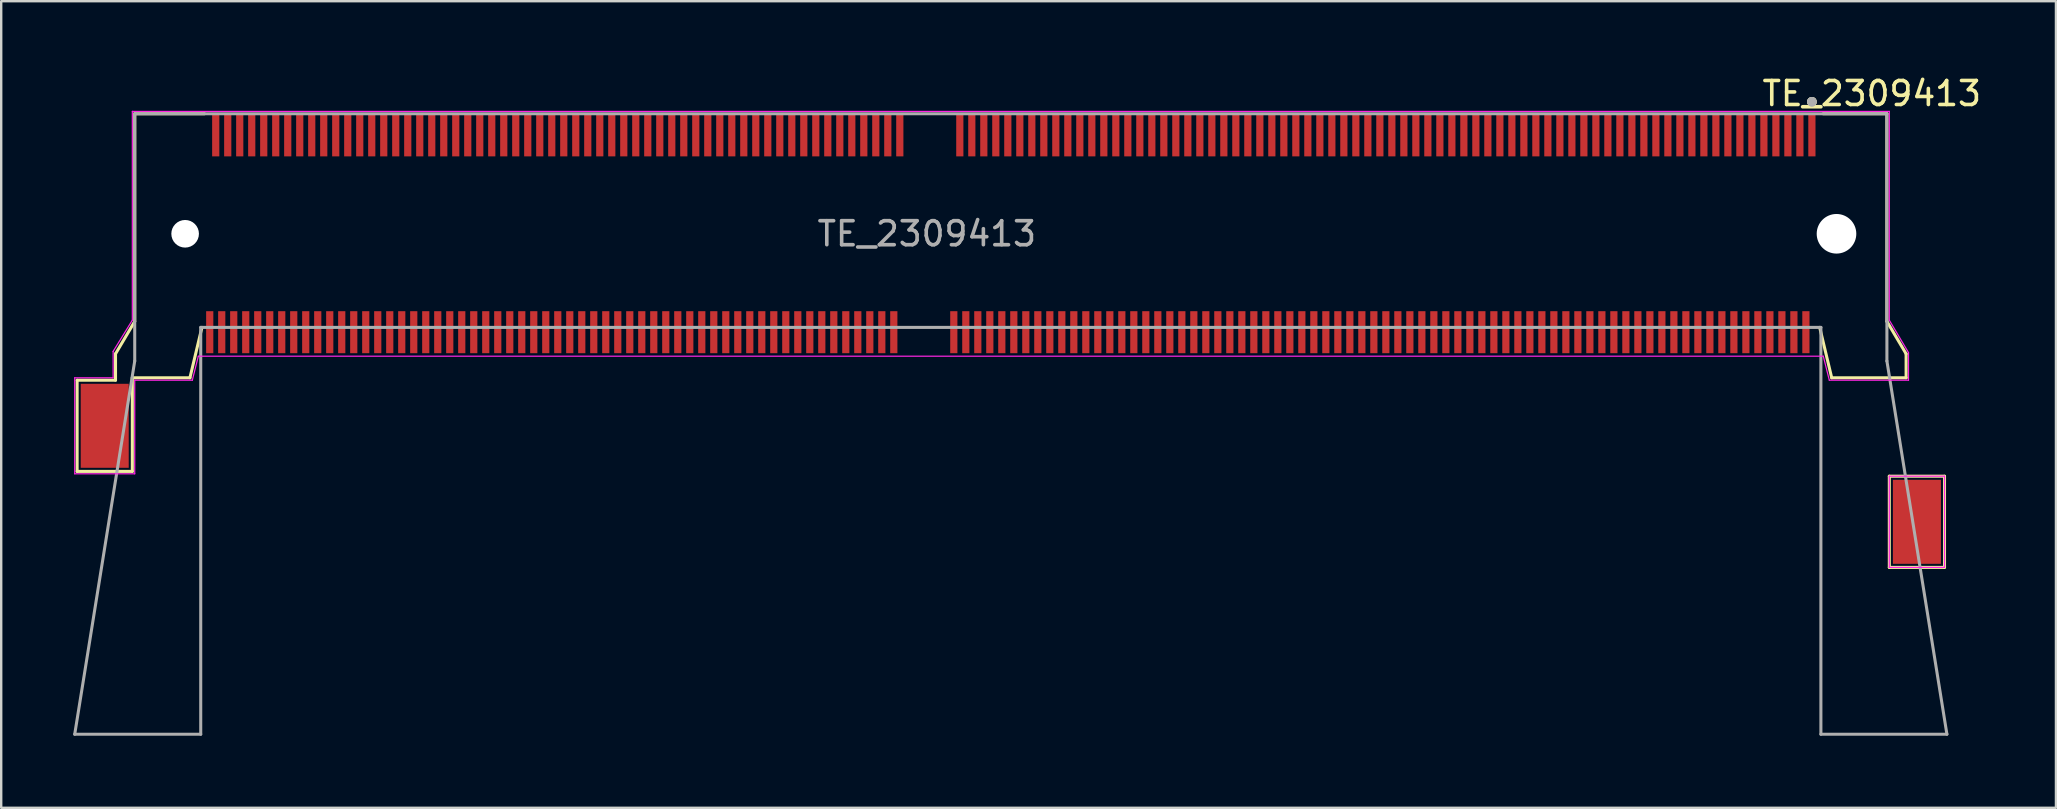
<source format=kicad_pcb>
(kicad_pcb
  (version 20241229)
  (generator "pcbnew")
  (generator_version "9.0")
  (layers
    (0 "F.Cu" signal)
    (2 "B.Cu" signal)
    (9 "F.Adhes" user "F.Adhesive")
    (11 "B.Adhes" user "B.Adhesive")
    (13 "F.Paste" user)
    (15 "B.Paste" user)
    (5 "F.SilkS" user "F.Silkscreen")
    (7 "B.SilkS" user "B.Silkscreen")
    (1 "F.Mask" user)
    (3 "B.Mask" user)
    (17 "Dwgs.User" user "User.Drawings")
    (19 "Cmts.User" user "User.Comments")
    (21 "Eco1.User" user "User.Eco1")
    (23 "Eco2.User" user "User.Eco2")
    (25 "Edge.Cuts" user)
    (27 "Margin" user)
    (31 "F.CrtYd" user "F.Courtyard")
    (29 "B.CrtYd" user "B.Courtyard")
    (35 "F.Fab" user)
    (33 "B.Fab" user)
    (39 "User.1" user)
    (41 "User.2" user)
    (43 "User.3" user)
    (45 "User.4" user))
  (footprint "TE_2309413"
    (layer "F.Cu")
    (at 35.563 6.69)
    (property "Reference" "TE_2309413" (at 39.37 -5.842 0) (layer "F.SilkS") (effects (font (size 1 1) (thickness 0.15))))
    (attr smd)
    (fp_line (start -35.4 6.1) (end -35.4 9.9) (stroke (width 0.127) (type solid)) (layer "F.SilkS"))
    (fp_line (start -35.4 6.1) (end -33.8 6.1) (stroke (width 0.127) (type solid)) (layer "F.SilkS"))
    (fp_line (start -33.8 6.1) (end -33.8 5) (stroke (width 0.127) (type solid)) (layer "F.SilkS"))
    (fp_line (start -33.1 6) (end -30.7 6) (stroke (width 0.127) (type solid)) (layer "F.SilkS"))
    (fp_line (start -33.1 9.9) (end -35.4 9.9) (stroke (width 0.127) (type solid)) (layer "F.SilkS"))
    (fp_line (start -33.1 9.9) (end -33.1 6) (stroke (width 0.127) (type solid)) (layer "F.SilkS"))
    (fp_line (start -33 -5) (end -33 3.65) (stroke (width 0.127) (type solid)) (layer "F.SilkS"))
    (fp_line (start -33 3.65) (end -33.8 5) (stroke (width 0.127) (type solid)) (layer "F.SilkS"))
    (fp_line (start -30.2 3.9) (end -30.7 6) (stroke (width 0.127) (type solid)) (layer "F.SilkS"))
    (fp_line (start -30.095 -5) (end -33 -5) (stroke (width 0.127) (type solid)) (layer "F.SilkS"))
    (fp_line (start 37.2 3.9) (end 37.7 6) (stroke (width 0.127) (type solid)) (layer "F.SilkS"))
    (fp_line (start 40 -5) (end 37.345 -5) (stroke (width 0.127) (type solid)) (layer "F.SilkS"))
    (fp_line (start 40 3.65) (end 40 -5) (stroke (width 0.127) (type solid)) (layer "F.SilkS"))
    (fp_line (start 40 3.65) (end 40.8 5) (stroke (width 0.127) (type solid)) (layer "F.SilkS"))
    (fp_line (start 40.1 10.1) (end 40.1 13.9) (stroke (width 0.127) (type solid)) (layer "F.SilkS"))
    (fp_line (start 40.8 6) (end 37.7 6) (stroke (width 0.127) (type solid)) (layer "F.SilkS"))
    (fp_line (start 40.8 6) (end 40.8 5) (stroke (width 0.127) (type solid)) (layer "F.SilkS"))
    (fp_line (start 42.4 10.1) (end 40.1 10.1) (stroke (width 0.127) (type solid)) (layer "F.SilkS"))
    (fp_line (start 42.4 13.9) (end 40.1 13.9) (stroke (width 0.127) (type solid)) (layer "F.SilkS"))
    (fp_line (start 42.4 13.9) (end 42.4 10.1) (stroke (width 0.127) (type solid)) (layer "F.SilkS"))
    (fp_circle (center 36.875 -5.5) (end 36.975 -5.5) (stroke (width 0.2) (type solid)) (fill no) (layer "F.SilkS"))
    (fp_circle (center 36.875 -5.5) (end 36.975 -5.5) (stroke (width 0.2) (type solid)) (fill no) (layer "F.SilkS"))
    (fp_line (start -35.5 6) (end -33.9 6) (stroke (width 0.05) (type solid)) (layer "F.CrtYd"))
    (fp_line (start -35.5 10) (end -35.5 6) (stroke (width 0.05) (type solid)) (layer "F.CrtYd"))
    (fp_line (start -33.9 6) (end -33.9 4.9) (stroke (width 0.05) (type solid)) (layer "F.CrtYd"))
    (fp_line (start -33.1 -5.1) (end 40.1 -5.1) (stroke (width 0.05) (type solid)) (layer "F.CrtYd"))
    (fp_line (start -33.1 3.6) (end -33.9 4.9) (stroke (width 0.05) (type solid)) (layer "F.CrtYd"))
    (fp_line (start -33.1 3.6) (end -33.1 -5.1) (stroke (width 0.05) (type solid)) (layer "F.CrtYd"))
    (fp_line (start -33 6.1) (end -33 10) (stroke (width 0.05) (type solid)) (layer "F.CrtYd"))
    (fp_line (start -33 6.1) (end -30.6 6.1) (stroke (width 0.05) (type solid)) (layer "F.CrtYd"))
    (fp_line (start -33 10) (end -35.5 10) (stroke (width 0.05) (type solid)) (layer "F.CrtYd"))
    (fp_line (start -30.6 6.1) (end -30.35 5.1) (stroke (width 0.05) (type solid)) (layer "F.CrtYd"))
    (fp_line (start 37.35 5.1) (end -30.35 5.1) (stroke (width 0.05) (type solid)) (layer "F.CrtYd"))
    (fp_line (start 37.6 6.1) (end 37.35 5.1) (stroke (width 0.05) (type solid)) (layer "F.CrtYd"))
    (fp_line (start 37.6 6.1) (end 40.9 6.1) (stroke (width 0.05) (type solid)) (layer "F.CrtYd"))
    (fp_line (start 40.1 -5.1) (end 40.1 3.6) (stroke (width 0.05) (type solid)) (layer "F.CrtYd"))
    (fp_line (start 40.1 10.1) (end 40.1 13.9) (stroke (width 0.05) (type solid)) (layer "F.CrtYd"))
    (fp_line (start 40.9 4.95) (end 40.1 3.6) (stroke (width 0.05) (type solid)) (layer "F.CrtYd"))
    (fp_line (start 40.9 4.95) (end 40.9 6.1) (stroke (width 0.05) (type solid)) (layer "F.CrtYd"))
    (fp_line (start 42.4 10.1) (end 40.1 10.1) (stroke (width 0.05) (type solid)) (layer "F.CrtYd"))
    (fp_line (start 42.4 10.1) (end 42.4 13.9) (stroke (width 0.05) (type solid)) (layer "F.CrtYd"))
    (fp_line (start 42.4 13.9) (end 40.1 13.9) (stroke (width 0.05) (type solid)) (layer "F.CrtYd"))
    (fp_line (start -35.5 20.85) (end -30.25 20.85) (stroke (width 0.127) (type solid)) (layer "F.Fab"))
    (fp_line (start -33 -5) (end -33 5.3) (stroke (width 0.127) (type solid)) (layer "F.Fab"))
    (fp_line (start -33 5.3) (end -35.5 20.85) (stroke (width 0.127) (type solid)) (layer "F.Fab"))
    (fp_line (start -30.25 3.9) (end 37.25 3.9) (stroke (width 0.127) (type solid)) (layer "F.Fab"))
    (fp_line (start -30.25 20.85) (end -30.25 3.9) (stroke (width 0.127) (type solid)) (layer "F.Fab"))
    (fp_line (start 37.25 3.9) (end 37.25 20.85) (stroke (width 0.127) (type solid)) (layer "F.Fab"))
    (fp_line (start 37.25 20.85) (end 42.5 20.85) (stroke (width 0.127) (type solid)) (layer "F.Fab"))
    (fp_line (start 40 -5) (end -33 -5) (stroke (width 0.127) (type solid)) (layer "F.Fab"))
    (fp_line (start 40 5.3) (end 40 -5) (stroke (width 0.127) (type solid)) (layer "F.Fab"))
    (fp_line (start 42.5 20.85) (end 40 5.3) (stroke (width 0.127) (type solid)) (layer "F.Fab"))
    (fp_circle (center 36.875 -5.5) (end 36.975 -5.5) (stroke (width 0.2) (type solid)) (fill no) (layer "F.Fab"))
    (fp_circle (center 36.875 -5.5) (end 36.975 -5.5) (stroke (width 0.2) (type solid)) (fill no) (layer "F.Fab"))
    (fp_text user "${REFERENCE}" (at 0 0 0) (layer "F.Fab") (effects (font (size 1 1) (thickness 0.15))))
    (pad "" np_thru_hole circle (at -30.9 0) (size 1.15 1.15) (drill 1.15) (layers "*.Cu" "*.Mask"))
    (pad "" np_thru_hole circle (at 37.9 0) (size 1.65 1.65) (drill 1.65) (layers "*.Cu" "*.Mask"))
    (pad "1" smd rect (at 36.875 -4.1 90) (size 1.75 0.3) (layers "F.Cu" "F.Mask" "F.Paste"))
    (pad "2" smd rect (at 36.625 4.1 90) (size 1.75 0.3) (layers "F.Cu" "F.Mask" "F.Paste"))
    (pad "3" smd rect (at 36.375 -4.1 90) (size 1.75 0.3) (layers "F.Cu" "F.Mask" "F.Paste"))
    (pad "4" smd rect (at 36.125 4.1 90) (size 1.75 0.3) (layers "F.Cu" "F.Mask" "F.Paste"))
    (pad "5" smd rect (at 35.875 -4.1 90) (size 1.75 0.3) (layers "F.Cu" "F.Mask" "F.Paste"))
    (pad "6" smd rect (at 35.625 4.1 90) (size 1.75 0.3) (layers "F.Cu" "F.Mask" "F.Paste"))
    (pad "7" smd rect (at 35.375 -4.1 90) (size 1.75 0.3) (layers "F.Cu" "F.Mask" "F.Paste"))
    (pad "8" smd rect (at 35.125 4.1 90) (size 1.75 0.3) (layers "F.Cu" "F.Mask" "F.Paste"))
    (pad "9" smd rect (at 34.875 -4.1 90) (size 1.75 0.3) (layers "F.Cu" "F.Mask" "F.Paste"))
    (pad "10" smd rect (at 34.625 4.1 90) (size 1.75 0.3) (layers "F.Cu" "F.Mask" "F.Paste"))
    (pad "11" smd rect (at 34.375 -4.1 90) (size 1.75 0.3) (layers "F.Cu" "F.Mask" "F.Paste"))
    (pad "12" smd rect (at 34.125 4.1 90) (size 1.75 0.3) (layers "F.Cu" "F.Mask" "F.Paste"))
    (pad "13" smd rect (at 33.875 -4.1 90) (size 1.75 0.3) (layers "F.Cu" "F.Mask" "F.Paste"))
    (pad "14" smd rect (at 33.625 4.1 90) (size 1.75 0.3) (layers "F.Cu" "F.Mask" "F.Paste"))
    (pad "15" smd rect (at 33.375 -4.1 90) (size 1.75 0.3) (layers "F.Cu" "F.Mask" "F.Paste"))
    (pad "16" smd rect (at 33.125 4.1 90) (size 1.75 0.3) (layers "F.Cu" "F.Mask" "F.Paste"))
    (pad "17" smd rect (at 32.875 -4.1 90) (size 1.75 0.3) (layers "F.Cu" "F.Mask" "F.Paste"))
    (pad "18" smd rect (at 32.625 4.1 90) (size 1.75 0.3) (layers "F.Cu" "F.Mask" "F.Paste"))
    (pad "19" smd rect (at 32.375 -4.1 90) (size 1.75 0.3) (layers "F.Cu" "F.Mask" "F.Paste"))
    (pad "20" smd rect (at 32.125 4.1 90) (size 1.75 0.3) (layers "F.Cu" "F.Mask" "F.Paste"))
    (pad "21" smd rect (at 31.875 -4.1 90) (size 1.75 0.3) (layers "F.Cu" "F.Mask" "F.Paste"))
    (pad "22" smd rect (at 31.625 4.1 90) (size 1.75 0.3) (layers "F.Cu" "F.Mask" "F.Paste"))
    (pad "23" smd rect (at 31.375 -4.1 90) (size 1.75 0.3) (layers "F.Cu" "F.Mask" "F.Paste"))
    (pad "24" smd rect (at 31.125 4.1 90) (size 1.75 0.3) (layers "F.Cu" "F.Mask" "F.Paste"))
    (pad "25" smd rect (at 30.875 -4.1 90) (size 1.75 0.3) (layers "F.Cu" "F.Mask" "F.Paste"))
    (pad "26" smd rect (at 30.625 4.1 90) (size 1.75 0.3) (layers "F.Cu" "F.Mask" "F.Paste"))
    (pad "27" smd rect (at 30.375 -4.1 90) (size 1.75 0.3) (layers "F.Cu" "F.Mask" "F.Paste"))
    (pad "28" smd rect (at 30.125 4.1 90) (size 1.75 0.3) (layers "F.Cu" "F.Mask" "F.Paste"))
    (pad "29" smd rect (at 29.875 -4.1 90) (size 1.75 0.3) (layers "F.Cu" "F.Mask" "F.Paste"))
    (pad "30" smd rect (at 29.625 4.1 90) (size 1.75 0.3) (layers "F.Cu" "F.Mask" "F.Paste"))
    (pad "31" smd rect (at 29.375 -4.1 90) (size 1.75 0.3) (layers "F.Cu" "F.Mask" "F.Paste"))
    (pad "32" smd rect (at 29.125 4.1 90) (size 1.75 0.3) (layers "F.Cu" "F.Mask" "F.Paste"))
    (pad "33" smd rect (at 28.875 -4.1 90) (size 1.75 0.3) (layers "F.Cu" "F.Mask" "F.Paste"))
    (pad "34" smd rect (at 28.625 4.1 90) (size 1.75 0.3) (layers "F.Cu" "F.Mask" "F.Paste"))
    (pad "35" smd rect (at 28.375 -4.1 90) (size 1.75 0.3) (layers "F.Cu" "F.Mask" "F.Paste"))
    (pad "36" smd rect (at 28.125 4.1 90) (size 1.75 0.3) (layers "F.Cu" "F.Mask" "F.Paste"))
    (pad "37" smd rect (at 27.875 -4.1 90) (size 1.75 0.3) (layers "F.Cu" "F.Mask" "F.Paste"))
    (pad "38" smd rect (at 27.625 4.1 90) (size 1.75 0.3) (layers "F.Cu" "F.Mask" "F.Paste"))
    (pad "39" smd rect (at 27.375 -4.1 90) (size 1.75 0.3) (layers "F.Cu" "F.Mask" "F.Paste"))
    (pad "40" smd rect (at 27.125 4.1 90) (size 1.75 0.3) (layers "F.Cu" "F.Mask" "F.Paste"))
    (pad "41" smd rect (at 26.875 -4.1 90) (size 1.75 0.3) (layers "F.Cu" "F.Mask" "F.Paste"))
    (pad "42" smd rect (at 26.625 4.1 90) (size 1.75 0.3) (layers "F.Cu" "F.Mask" "F.Paste"))
    (pad "43" smd rect (at 26.375 -4.1 90) (size 1.75 0.3) (layers "F.Cu" "F.Mask" "F.Paste"))
    (pad "44" smd rect (at 26.125 4.1 90) (size 1.75 0.3) (layers "F.Cu" "F.Mask" "F.Paste"))
    (pad "45" smd rect (at 25.875 -4.1 90) (size 1.75 0.3) (layers "F.Cu" "F.Mask" "F.Paste"))
    (pad "46" smd rect (at 25.625 4.1 90) (size 1.75 0.3) (layers "F.Cu" "F.Mask" "F.Paste"))
    (pad "47" smd rect (at 25.375 -4.1 90) (size 1.75 0.3) (layers "F.Cu" "F.Mask" "F.Paste"))
    (pad "48" smd rect (at 25.125 4.1 90) (size 1.75 0.3) (layers "F.Cu" "F.Mask" "F.Paste"))
    (pad "49" smd rect (at 24.875 -4.1 90) (size 1.75 0.3) (layers "F.Cu" "F.Mask" "F.Paste"))
    (pad "50" smd rect (at 24.625 4.1 90) (size 1.75 0.3) (layers "F.Cu" "F.Mask" "F.Paste"))
    (pad "51" smd rect (at 24.375 -4.1 90) (size 1.75 0.3) (layers "F.Cu" "F.Mask" "F.Paste"))
    (pad "52" smd rect (at 24.125 4.1 90) (size 1.75 0.3) (layers "F.Cu" "F.Mask" "F.Paste"))
    (pad "53" smd rect (at 23.875 -4.1 90) (size 1.75 0.3) (layers "F.Cu" "F.Mask" "F.Paste"))
    (pad "54" smd rect (at 23.625 4.1 90) (size 1.75 0.3) (layers "F.Cu" "F.Mask" "F.Paste"))
    (pad "55" smd rect (at 23.375 -4.1 90) (size 1.75 0.3) (layers "F.Cu" "F.Mask" "F.Paste"))
    (pad "56" smd rect (at 23.125 4.1 90) (size 1.75 0.3) (layers "F.Cu" "F.Mask" "F.Paste"))
    (pad "57" smd rect (at 22.875 -4.1 90) (size 1.75 0.3) (layers "F.Cu" "F.Mask" "F.Paste"))
    (pad "58" smd rect (at 22.625 4.1 90) (size 1.75 0.3) (layers "F.Cu" "F.Mask" "F.Paste"))
    (pad "59" smd rect (at 22.375 -4.1 90) (size 1.75 0.3) (layers "F.Cu" "F.Mask" "F.Paste"))
    (pad "60" smd rect (at 22.125 4.1 90) (size 1.75 0.3) (layers "F.Cu" "F.Mask" "F.Paste"))
    (pad "61" smd rect (at 21.875 -4.1 90) (size 1.75 0.3) (layers "F.Cu" "F.Mask" "F.Paste"))
    (pad "62" smd rect (at 21.625 4.1 90) (size 1.75 0.3) (layers "F.Cu" "F.Mask" "F.Paste"))
    (pad "63" smd rect (at 21.375 -4.1 90) (size 1.75 0.3) (layers "F.Cu" "F.Mask" "F.Paste"))
    (pad "64" smd rect (at 21.125 4.1 90) (size 1.75 0.3) (layers "F.Cu" "F.Mask" "F.Paste"))
    (pad "65" smd rect (at 20.875 -4.1 90) (size 1.75 0.3) (layers "F.Cu" "F.Mask" "F.Paste"))
    (pad "66" smd rect (at 20.625 4.1 90) (size 1.75 0.3) (layers "F.Cu" "F.Mask" "F.Paste"))
    (pad "67" smd rect (at 20.375 -4.1 90) (size 1.75 0.3) (layers "F.Cu" "F.Mask" "F.Paste"))
    (pad "68" smd rect (at 20.125 4.1 90) (size 1.75 0.3) (layers "F.Cu" "F.Mask" "F.Paste"))
    (pad "69" smd rect (at 19.875 -4.1 90) (size 1.75 0.3) (layers "F.Cu" "F.Mask" "F.Paste"))
    (pad "70" smd rect (at 19.625 4.1 90) (size 1.75 0.3) (layers "F.Cu" "F.Mask" "F.Paste"))
    (pad "71" smd rect (at 19.375 -4.1 90) (size 1.75 0.3) (layers "F.Cu" "F.Mask" "F.Paste"))
    (pad "72" smd rect (at 19.125 4.1 90) (size 1.75 0.3) (layers "F.Cu" "F.Mask" "F.Paste"))
    (pad "73" smd rect (at 18.875 -4.1 90) (size 1.75 0.3) (layers "F.Cu" "F.Mask" "F.Paste"))
    (pad "74" smd rect (at 18.625 4.1 90) (size 1.75 0.3) (layers "F.Cu" "F.Mask" "F.Paste"))
    (pad "75" smd rect (at 18.375 -4.1 90) (size 1.75 0.3) (layers "F.Cu" "F.Mask" "F.Paste"))
    (pad "76" smd rect (at 18.125 4.1 90) (size 1.75 0.3) (layers "F.Cu" "F.Mask" "F.Paste"))
    (pad "77" smd rect (at 17.875 -4.1 90) (size 1.75 0.3) (layers "F.Cu" "F.Mask" "F.Paste"))
    (pad "78" smd rect (at 17.625 4.1 90) (size 1.75 0.3) (layers "F.Cu" "F.Mask" "F.Paste"))
    (pad "79" smd rect (at 17.375 -4.1 90) (size 1.75 0.3) (layers "F.Cu" "F.Mask" "F.Paste"))
    (pad "80" smd rect (at 17.125 4.1 90) (size 1.75 0.3) (layers "F.Cu" "F.Mask" "F.Paste"))
    (pad "81" smd rect (at 16.875 -4.1 90) (size 1.75 0.3) (layers "F.Cu" "F.Mask" "F.Paste"))
    (pad "82" smd rect (at 16.625 4.1 90) (size 1.75 0.3) (layers "F.Cu" "F.Mask" "F.Paste"))
    (pad "83" smd rect (at 16.375 -4.1 90) (size 1.75 0.3) (layers "F.Cu" "F.Mask" "F.Paste"))
    (pad "84" smd rect (at 16.125 4.1 90) (size 1.75 0.3) (layers "F.Cu" "F.Mask" "F.Paste"))
    (pad "85" smd rect (at 15.875 -4.1 90) (size 1.75 0.3) (layers "F.Cu" "F.Mask" "F.Paste"))
    (pad "86" smd rect (at 15.625 4.1 90) (size 1.75 0.3) (layers "F.Cu" "F.Mask" "F.Paste"))
    (pad "87" smd rect (at 15.375 -4.1 90) (size 1.75 0.3) (layers "F.Cu" "F.Mask" "F.Paste"))
    (pad "88" smd rect (at 15.125 4.1 90) (size 1.75 0.3) (layers "F.Cu" "F.Mask" "F.Paste"))
    (pad "89" smd rect (at 14.875 -4.1 90) (size 1.75 0.3) (layers "F.Cu" "F.Mask" "F.Paste"))
    (pad "90" smd rect (at 14.625 4.1 90) (size 1.75 0.3) (layers "F.Cu" "F.Mask" "F.Paste"))
    (pad "91" smd rect (at 14.375 -4.1 90) (size 1.75 0.3) (layers "F.Cu" "F.Mask" "F.Paste"))
    (pad "92" smd rect (at 14.125 4.1 90) (size 1.75 0.3) (layers "F.Cu" "F.Mask" "F.Paste"))
    (pad "93" smd rect (at 13.875 -4.1 90) (size 1.75 0.3) (layers "F.Cu" "F.Mask" "F.Paste"))
    (pad "94" smd rect (at 13.625 4.1 90) (size 1.75 0.3) (layers "F.Cu" "F.Mask" "F.Paste"))
    (pad "95" smd rect (at 13.375 -4.1 90) (size 1.75 0.3) (layers "F.Cu" "F.Mask" "F.Paste"))
    (pad "96" smd rect (at 13.125 4.1 90) (size 1.75 0.3) (layers "F.Cu" "F.Mask" "F.Paste"))
    (pad "97" smd rect (at 12.875 -4.1 90) (size 1.75 0.3) (layers "F.Cu" "F.Mask" "F.Paste"))
    (pad "98" smd rect (at 12.625 4.1 90) (size 1.75 0.3) (layers "F.Cu" "F.Mask" "F.Paste"))
    (pad "99" smd rect (at 12.375 -4.1 90) (size 1.75 0.3) (layers "F.Cu" "F.Mask" "F.Paste"))
    (pad "100" smd rect (at 12.125 4.1 90) (size 1.75 0.3) (layers "F.Cu" "F.Mask" "F.Paste"))
    (pad "101" smd rect (at 11.875 -4.1 90) (size 1.75 0.3) (layers "F.Cu" "F.Mask" "F.Paste"))
    (pad "102" smd rect (at 11.625 4.1 90) (size 1.75 0.3) (layers "F.Cu" "F.Mask" "F.Paste"))
    (pad "103" smd rect (at 11.375 -4.1 90) (size 1.75 0.3) (layers "F.Cu" "F.Mask" "F.Paste"))
    (pad "104" smd rect (at 11.125 4.1 90) (size 1.75 0.3) (layers "F.Cu" "F.Mask" "F.Paste"))
    (pad "105" smd rect (at 10.875 -4.1 90) (size 1.75 0.3) (layers "F.Cu" "F.Mask" "F.Paste"))
    (pad "106" smd rect (at 10.625 4.1 90) (size 1.75 0.3) (layers "F.Cu" "F.Mask" "F.Paste"))
    (pad "107" smd rect (at 10.375 -4.1 90) (size 1.75 0.3) (layers "F.Cu" "F.Mask" "F.Paste"))
    (pad "108" smd rect (at 10.125 4.1 90) (size 1.75 0.3) (layers "F.Cu" "F.Mask" "F.Paste"))
    (pad "109" smd rect (at 9.875 -4.1 90) (size 1.75 0.3) (layers "F.Cu" "F.Mask" "F.Paste"))
    (pad "110" smd rect (at 9.625 4.1 90) (size 1.75 0.3) (layers "F.Cu" "F.Mask" "F.Paste"))
    (pad "111" smd rect (at 9.375 -4.1 90) (size 1.75 0.3) (layers "F.Cu" "F.Mask" "F.Paste"))
    (pad "112" smd rect (at 9.125 4.1 90) (size 1.75 0.3) (layers "F.Cu" "F.Mask" "F.Paste"))
    (pad "113" smd rect (at 8.875 -4.1 90) (size 1.75 0.3) (layers "F.Cu" "F.Mask" "F.Paste"))
    (pad "114" smd rect (at 8.625 4.1 90) (size 1.75 0.3) (layers "F.Cu" "F.Mask" "F.Paste"))
    (pad "115" smd rect (at 8.375 -4.1 90) (size 1.75 0.3) (layers "F.Cu" "F.Mask" "F.Paste"))
    (pad "116" smd rect (at 8.125 4.1 90) (size 1.75 0.3) (layers "F.Cu" "F.Mask" "F.Paste"))
    (pad "117" smd rect (at 7.875 -4.1 90) (size 1.75 0.3) (layers "F.Cu" "F.Mask" "F.Paste"))
    (pad "118" smd rect (at 7.625 4.1 90) (size 1.75 0.3) (layers "F.Cu" "F.Mask" "F.Paste"))
    (pad "119" smd rect (at 7.375 -4.1 90) (size 1.75 0.3) (layers "F.Cu" "F.Mask" "F.Paste"))
    (pad "120" smd rect (at 7.125 4.1 90) (size 1.75 0.3) (layers "F.Cu" "F.Mask" "F.Paste"))
    (pad "121" smd rect (at 6.875 -4.1 90) (size 1.75 0.3) (layers "F.Cu" "F.Mask" "F.Paste"))
    (pad "122" smd rect (at 6.625 4.1 90) (size 1.75 0.3) (layers "F.Cu" "F.Mask" "F.Paste"))
    (pad "123" smd rect (at 6.375 -4.1 90) (size 1.75 0.3) (layers "F.Cu" "F.Mask" "F.Paste"))
    (pad "124" smd rect (at 6.125 4.1 90) (size 1.75 0.3) (layers "F.Cu" "F.Mask" "F.Paste"))
    (pad "125" smd rect (at 5.875 -4.1 90) (size 1.75 0.3) (layers "F.Cu" "F.Mask" "F.Paste"))
    (pad "126" smd rect (at 5.625 4.1 90) (size 1.75 0.3) (layers "F.Cu" "F.Mask" "F.Paste"))
    (pad "127" smd rect (at 5.375 -4.1 90) (size 1.75 0.3) (layers "F.Cu" "F.Mask" "F.Paste"))
    (pad "128" smd rect (at 5.125 4.1 90) (size 1.75 0.3) (layers "F.Cu" "F.Mask" "F.Paste"))
    (pad "129" smd rect (at 4.875 -4.1 90) (size 1.75 0.3) (layers "F.Cu" "F.Mask" "F.Paste"))
    (pad "130" smd rect (at 4.625 4.1 90) (size 1.75 0.3) (layers "F.Cu" "F.Mask" "F.Paste"))
    (pad "131" smd rect (at 4.375 -4.1 90) (size 1.75 0.3) (layers "F.Cu" "F.Mask" "F.Paste"))
    (pad "132" smd rect (at 4.125 4.1 90) (size 1.75 0.3) (layers "F.Cu" "F.Mask" "F.Paste"))
    (pad "133" smd rect (at 3.875 -4.1 90) (size 1.75 0.3) (layers "F.Cu" "F.Mask" "F.Paste"))
    (pad "134" smd rect (at 3.625 4.1 90) (size 1.75 0.3) (layers "F.Cu" "F.Mask" "F.Paste"))
    (pad "135" smd rect (at 3.375 -4.1 90) (size 1.75 0.3) (layers "F.Cu" "F.Mask" "F.Paste"))
    (pad "136" smd rect (at 3.125 4.1 90) (size 1.75 0.3) (layers "F.Cu" "F.Mask" "F.Paste"))
    (pad "137" smd rect (at 2.875 -4.1 90) (size 1.75 0.3) (layers "F.Cu" "F.Mask" "F.Paste"))
    (pad "138" smd rect (at 2.625 4.1 90) (size 1.75 0.3) (layers "F.Cu" "F.Mask" "F.Paste"))
    (pad "139" smd rect (at 2.375 -4.1 90) (size 1.75 0.3) (layers "F.Cu" "F.Mask" "F.Paste"))
    (pad "140" smd rect (at 2.125 4.1 90) (size 1.75 0.3) (layers "F.Cu" "F.Mask" "F.Paste"))
    (pad "141" smd rect (at 1.875 -4.1 90) (size 1.75 0.3) (layers "F.Cu" "F.Mask" "F.Paste"))
    (pad "142" smd rect (at 1.625 4.1 90) (size 1.75 0.3) (layers "F.Cu" "F.Mask" "F.Paste"))
    (pad "143" smd rect (at 1.375 -4.1 90) (size 1.75 0.3) (layers "F.Cu" "F.Mask" "F.Paste"))
    (pad "144" smd rect (at 1.125 4.1 90) (size 1.75 0.3) (layers "F.Cu" "F.Mask" "F.Paste"))
    (pad "145" smd rect (at -1.125 -4.1 90) (size 1.75 0.3) (layers "F.Cu" "F.Mask" "F.Paste"))
    (pad "146" smd rect (at -1.375 4.1 90) (size 1.75 0.3) (layers "F.Cu" "F.Mask" "F.Paste"))
    (pad "147" smd rect (at -1.625 -4.1 90) (size 1.75 0.3) (layers "F.Cu" "F.Mask" "F.Paste"))
    (pad "148" smd rect (at -1.875 4.1 90) (size 1.75 0.3) (layers "F.Cu" "F.Mask" "F.Paste"))
    (pad "149" smd rect (at -2.125 -4.1 90) (size 1.75 0.3) (layers "F.Cu" "F.Mask" "F.Paste"))
    (pad "150" smd rect (at -2.375 4.1 90) (size 1.75 0.3) (layers "F.Cu" "F.Mask" "F.Paste"))
    (pad "151" smd rect (at -2.625 -4.1 90) (size 1.75 0.3) (layers "F.Cu" "F.Mask" "F.Paste"))
    (pad "152" smd rect (at -2.875 4.1 90) (size 1.75 0.3) (layers "F.Cu" "F.Mask" "F.Paste"))
    (pad "153" smd rect (at -3.125 -4.1 90) (size 1.75 0.3) (layers "F.Cu" "F.Mask" "F.Paste"))
    (pad "154" smd rect (at -3.375 4.1 90) (size 1.75 0.3) (layers "F.Cu" "F.Mask" "F.Paste"))
    (pad "155" smd rect (at -3.625 -4.1 90) (size 1.75 0.3) (layers "F.Cu" "F.Mask" "F.Paste"))
    (pad "156" smd rect (at -3.875 4.1 90) (size 1.75 0.3) (layers "F.Cu" "F.Mask" "F.Paste"))
    (pad "157" smd rect (at -4.125 -4.1 90) (size 1.75 0.3) (layers "F.Cu" "F.Mask" "F.Paste"))
    (pad "158" smd rect (at -4.375 4.1 90) (size 1.75 0.3) (layers "F.Cu" "F.Mask" "F.Paste"))
    (pad "159" smd rect (at -4.625 -4.1 90) (size 1.75 0.3) (layers "F.Cu" "F.Mask" "F.Paste"))
    (pad "160" smd rect (at -4.875 4.1 90) (size 1.75 0.3) (layers "F.Cu" "F.Mask" "F.Paste"))
    (pad "161" smd rect (at -5.125 -4.1 90) (size 1.75 0.3) (layers "F.Cu" "F.Mask" "F.Paste"))
    (pad "162" smd rect (at -5.375 4.1 90) (size 1.75 0.3) (layers "F.Cu" "F.Mask" "F.Paste"))
    (pad "163" smd rect (at -5.625 -4.1 90) (size 1.75 0.3) (layers "F.Cu" "F.Mask" "F.Paste"))
    (pad "164" smd rect (at -5.875 4.1 90) (size 1.75 0.3) (layers "F.Cu" "F.Mask" "F.Paste"))
    (pad "165" smd rect (at -6.125 -4.1 90) (size 1.75 0.3) (layers "F.Cu" "F.Mask" "F.Paste"))
    (pad "166" smd rect (at -6.375 4.1 90) (size 1.75 0.3) (layers "F.Cu" "F.Mask" "F.Paste"))
    (pad "167" smd rect (at -6.625 -4.1 90) (size 1.75 0.3) (layers "F.Cu" "F.Mask" "F.Paste"))
    (pad "168" smd rect (at -6.875 4.1 90) (size 1.75 0.3) (layers "F.Cu" "F.Mask" "F.Paste"))
    (pad "169" smd rect (at -7.125 -4.1 90) (size 1.75 0.3) (layers "F.Cu" "F.Mask" "F.Paste"))
    (pad "170" smd rect (at -7.375 4.1 90) (size 1.75 0.3) (layers "F.Cu" "F.Mask" "F.Paste"))
    (pad "171" smd rect (at -7.625 -4.1 90) (size 1.75 0.3) (layers "F.Cu" "F.Mask" "F.Paste"))
    (pad "172" smd rect (at -7.875 4.1 90) (size 1.75 0.3) (layers "F.Cu" "F.Mask" "F.Paste"))
    (pad "173" smd rect (at -8.125 -4.1 90) (size 1.75 0.3) (layers "F.Cu" "F.Mask" "F.Paste"))
    (pad "174" smd rect (at -8.375 4.1 90) (size 1.75 0.3) (layers "F.Cu" "F.Mask" "F.Paste"))
    (pad "175" smd rect (at -8.625 -4.1 90) (size 1.75 0.3) (layers "F.Cu" "F.Mask" "F.Paste"))
    (pad "176" smd rect (at -8.875 4.1 90) (size 1.75 0.3) (layers "F.Cu" "F.Mask" "F.Paste"))
    (pad "177" smd rect (at -9.125 -4.1 90) (size 1.75 0.3) (layers "F.Cu" "F.Mask" "F.Paste"))
    (pad "178" smd rect (at -9.375 4.1 90) (size 1.75 0.3) (layers "F.Cu" "F.Mask" "F.Paste"))
    (pad "179" smd rect (at -9.625 -4.1 90) (size 1.75 0.3) (layers "F.Cu" "F.Mask" "F.Paste"))
    (pad "180" smd rect (at -9.875 4.1 90) (size 1.75 0.3) (layers "F.Cu" "F.Mask" "F.Paste"))
    (pad "181" smd rect (at -10.125 -4.1 90) (size 1.75 0.3) (layers "F.Cu" "F.Mask" "F.Paste"))
    (pad "182" smd rect (at -10.375 4.1 90) (size 1.75 0.3) (layers "F.Cu" "F.Mask" "F.Paste"))
    (pad "183" smd rect (at -10.625 -4.1 90) (size 1.75 0.3) (layers "F.Cu" "F.Mask" "F.Paste"))
    (pad "184" smd rect (at -10.875 4.1 90) (size 1.75 0.3) (layers "F.Cu" "F.Mask" "F.Paste"))
    (pad "185" smd rect (at -11.125 -4.1 90) (size 1.75 0.3) (layers "F.Cu" "F.Mask" "F.Paste"))
    (pad "186" smd rect (at -11.375 4.1 90) (size 1.75 0.3) (layers "F.Cu" "F.Mask" "F.Paste"))
    (pad "187" smd rect (at -11.625 -4.1 90) (size 1.75 0.3) (layers "F.Cu" "F.Mask" "F.Paste"))
    (pad "188" smd rect (at -11.875 4.1 90) (size 1.75 0.3) (layers "F.Cu" "F.Mask" "F.Paste"))
    (pad "189" smd rect (at -12.125 -4.1 90) (size 1.75 0.3) (layers "F.Cu" "F.Mask" "F.Paste"))
    (pad "190" smd rect (at -12.375 4.1 90) (size 1.75 0.3) (layers "F.Cu" "F.Mask" "F.Paste"))
    (pad "191" smd rect (at -12.625 -4.1 90) (size 1.75 0.3) (layers "F.Cu" "F.Mask" "F.Paste"))
    (pad "192" smd rect (at -12.875 4.1 90) (size 1.75 0.3) (layers "F.Cu" "F.Mask" "F.Paste"))
    (pad "193" smd rect (at -13.125 -4.1 90) (size 1.75 0.3) (layers "F.Cu" "F.Mask" "F.Paste"))
    (pad "194" smd rect (at -13.375 4.1 90) (size 1.75 0.3) (layers "F.Cu" "F.Mask" "F.Paste"))
    (pad "195" smd rect (at -13.625 -4.1 90) (size 1.75 0.3) (layers "F.Cu" "F.Mask" "F.Paste"))
    (pad "196" smd rect (at -13.875 4.1 90) (size 1.75 0.3) (layers "F.Cu" "F.Mask" "F.Paste"))
    (pad "197" smd rect (at -14.125 -4.1 90) (size 1.75 0.3) (layers "F.Cu" "F.Mask" "F.Paste"))
    (pad "198" smd rect (at -14.375 4.1 90) (size 1.75 0.3) (layers "F.Cu" "F.Mask" "F.Paste"))
    (pad "199" smd rect (at -14.625 -4.1 90) (size 1.75 0.3) (layers "F.Cu" "F.Mask" "F.Paste"))
    (pad "200" smd rect (at -14.875 4.1 90) (size 1.75 0.3) (layers "F.Cu" "F.Mask" "F.Paste"))
    (pad "201" smd rect (at -15.125 -4.1 90) (size 1.75 0.3) (layers "F.Cu" "F.Mask" "F.Paste"))
    (pad "202" smd rect (at -15.375 4.1 90) (size 1.75 0.3) (layers "F.Cu" "F.Mask" "F.Paste"))
    (pad "203" smd rect (at -15.625 -4.1 90) (size 1.75 0.3) (layers "F.Cu" "F.Mask" "F.Paste"))
    (pad "204" smd rect (at -15.875 4.1 90) (size 1.75 0.3) (layers "F.Cu" "F.Mask" "F.Paste"))
    (pad "205" smd rect (at -16.125 -4.1 90) (size 1.75 0.3) (layers "F.Cu" "F.Mask" "F.Paste"))
    (pad "206" smd rect (at -16.375 4.1 90) (size 1.75 0.3) (layers "F.Cu" "F.Mask" "F.Paste"))
    (pad "207" smd rect (at -16.625 -4.1 90) (size 1.75 0.3) (layers "F.Cu" "F.Mask" "F.Paste"))
    (pad "208" smd rect (at -16.875 4.1 90) (size 1.75 0.3) (layers "F.Cu" "F.Mask" "F.Paste"))
    (pad "209" smd rect (at -17.125 -4.1 90) (size 1.75 0.3) (layers "F.Cu" "F.Mask" "F.Paste"))
    (pad "210" smd rect (at -17.375 4.1 90) (size 1.75 0.3) (layers "F.Cu" "F.Mask" "F.Paste"))
    (pad "211" smd rect (at -17.625 -4.1 90) (size 1.75 0.3) (layers "F.Cu" "F.Mask" "F.Paste"))
    (pad "212" smd rect (at -17.875 4.1 90) (size 1.75 0.3) (layers "F.Cu" "F.Mask" "F.Paste"))
    (pad "213" smd rect (at -18.125 -4.1 90) (size 1.75 0.3) (layers "F.Cu" "F.Mask" "F.Paste"))
    (pad "214" smd rect (at -18.375 4.1 90) (size 1.75 0.3) (layers "F.Cu" "F.Mask" "F.Paste"))
    (pad "215" smd rect (at -18.625 -4.1 90) (size 1.75 0.3) (layers "F.Cu" "F.Mask" "F.Paste"))
    (pad "216" smd rect (at -18.875 4.1 90) (size 1.75 0.3) (layers "F.Cu" "F.Mask" "F.Paste"))
    (pad "217" smd rect (at -19.125 -4.1 90) (size 1.75 0.3) (layers "F.Cu" "F.Mask" "F.Paste"))
    (pad "218" smd rect (at -19.375 4.1 90) (size 1.75 0.3) (layers "F.Cu" "F.Mask" "F.Paste"))
    (pad "219" smd rect (at -19.625 -4.1 90) (size 1.75 0.3) (layers "F.Cu" "F.Mask" "F.Paste"))
    (pad "220" smd rect (at -19.875 4.1 90) (size 1.75 0.3) (layers "F.Cu" "F.Mask" "F.Paste"))
    (pad "221" smd rect (at -20.125 -4.1 90) (size 1.75 0.3) (layers "F.Cu" "F.Mask" "F.Paste"))
    (pad "222" smd rect (at -20.375 4.1 90) (size 1.75 0.3) (layers "F.Cu" "F.Mask" "F.Paste"))
    (pad "223" smd rect (at -20.625 -4.1 90) (size 1.75 0.3) (layers "F.Cu" "F.Mask" "F.Paste"))
    (pad "224" smd rect (at -20.875 4.1 90) (size 1.75 0.3) (layers "F.Cu" "F.Mask" "F.Paste"))
    (pad "225" smd rect (at -21.125 -4.1 90) (size 1.75 0.3) (layers "F.Cu" "F.Mask" "F.Paste"))
    (pad "226" smd rect (at -21.375 4.1 90) (size 1.75 0.3) (layers "F.Cu" "F.Mask" "F.Paste"))
    (pad "227" smd rect (at -21.625 -4.1 90) (size 1.75 0.3) (layers "F.Cu" "F.Mask" "F.Paste"))
    (pad "228" smd rect (at -21.875 4.1 90) (size 1.75 0.3) (layers "F.Cu" "F.Mask" "F.Paste"))
    (pad "229" smd rect (at -22.125 -4.1 90) (size 1.75 0.3) (layers "F.Cu" "F.Mask" "F.Paste"))
    (pad "230" smd rect (at -22.375 4.1 90) (size 1.75 0.3) (layers "F.Cu" "F.Mask" "F.Paste"))
    (pad "231" smd rect (at -22.625 -4.1 90) (size 1.75 0.3) (layers "F.Cu" "F.Mask" "F.Paste"))
    (pad "232" smd rect (at -22.875 4.1 90) (size 1.75 0.3) (layers "F.Cu" "F.Mask" "F.Paste"))
    (pad "233" smd rect (at -23.125 -4.1 90) (size 1.75 0.3) (layers "F.Cu" "F.Mask" "F.Paste"))
    (pad "234" smd rect (at -23.375 4.1 90) (size 1.75 0.3) (layers "F.Cu" "F.Mask" "F.Paste"))
    (pad "235" smd rect (at -23.625 -4.1 90) (size 1.75 0.3) (layers "F.Cu" "F.Mask" "F.Paste"))
    (pad "236" smd rect (at -23.875 4.1 90) (size 1.75 0.3) (layers "F.Cu" "F.Mask" "F.Paste"))
    (pad "237" smd rect (at -24.125 -4.1 90) (size 1.75 0.3) (layers "F.Cu" "F.Mask" "F.Paste"))
    (pad "238" smd rect (at -24.375 4.1 90) (size 1.75 0.3) (layers "F.Cu" "F.Mask" "F.Paste"))
    (pad "239" smd rect (at -24.625 -4.1 90) (size 1.75 0.3) (layers "F.Cu" "F.Mask" "F.Paste"))
    (pad "240" smd rect (at -24.875 4.1 90) (size 1.75 0.3) (layers "F.Cu" "F.Mask" "F.Paste"))
    (pad "241" smd rect (at -25.125 -4.1 90) (size 1.75 0.3) (layers "F.Cu" "F.Mask" "F.Paste"))
    (pad "242" smd rect (at -25.375 4.1 90) (size 1.75 0.3) (layers "F.Cu" "F.Mask" "F.Paste"))
    (pad "243" smd rect (at -25.625 -4.1 90) (size 1.75 0.3) (layers "F.Cu" "F.Mask" "F.Paste"))
    (pad "244" smd rect (at -25.875 4.1 90) (size 1.75 0.3) (layers "F.Cu" "F.Mask" "F.Paste"))
    (pad "245" smd rect (at -26.125 -4.1 90) (size 1.75 0.3) (layers "F.Cu" "F.Mask" "F.Paste"))
    (pad "246" smd rect (at -26.375 4.1 90) (size 1.75 0.3) (layers "F.Cu" "F.Mask" "F.Paste"))
    (pad "247" smd rect (at -26.625 -4.1 90) (size 1.75 0.3) (layers "F.Cu" "F.Mask" "F.Paste"))
    (pad "248" smd rect (at -26.875 4.1 90) (size 1.75 0.3) (layers "F.Cu" "F.Mask" "F.Paste"))
    (pad "249" smd rect (at -27.125 -4.1 90) (size 1.75 0.3) (layers "F.Cu" "F.Mask" "F.Paste"))
    (pad "250" smd rect (at -27.375 4.1 90) (size 1.75 0.3) (layers "F.Cu" "F.Mask" "F.Paste"))
    (pad "251" smd rect (at -27.625 -4.1 90) (size 1.75 0.3) (layers "F.Cu" "F.Mask" "F.Paste"))
    (pad "252" smd rect (at -27.875 4.1 90) (size 1.75 0.3) (layers "F.Cu" "F.Mask" "F.Paste"))
    (pad "253" smd rect (at -28.125 -4.1 90) (size 1.75 0.3) (layers "F.Cu" "F.Mask" "F.Paste"))
    (pad "254" smd rect (at -28.375 4.1 90) (size 1.75 0.3) (layers "F.Cu" "F.Mask" "F.Paste"))
    (pad "255" smd rect (at -28.625 -4.1 90) (size 1.75 0.3) (layers "F.Cu" "F.Mask" "F.Paste"))
    (pad "256" smd rect (at -28.875 4.1 90) (size 1.75 0.3) (layers "F.Cu" "F.Mask" "F.Paste"))
    (pad "257" smd rect (at -29.125 -4.1 90) (size 1.75 0.3) (layers "F.Cu" "F.Mask" "F.Paste"))
    (pad "258" smd rect (at -29.375 4.1 90) (size 1.75 0.3) (layers "F.Cu" "F.Mask" "F.Paste"))
    (pad "259" smd rect (at -29.625 -4.1 90) (size 1.75 0.3) (layers "F.Cu" "F.Mask" "F.Paste"))
    (pad "260" smd rect (at -29.875 4.1 90) (size 1.75 0.3) (layers "F.Cu" "F.Mask" "F.Paste"))
    (pad "261" smd rect (at -34.25 8 180) (size 2 3.5) (layers "F.Cu" "F.Mask" "F.Paste"))
    (pad "262" smd rect (at 41.25 12 180) (size 2 3.5) (layers "F.Cu" "F.Mask" "F.Paste")))
  (gr_rect
    (start -3 -3)
    (end 82.606 30.604)
    (stroke (width 0.1) (type default))
    (fill no)
    (layer "Edge.Cuts")))
</source>
